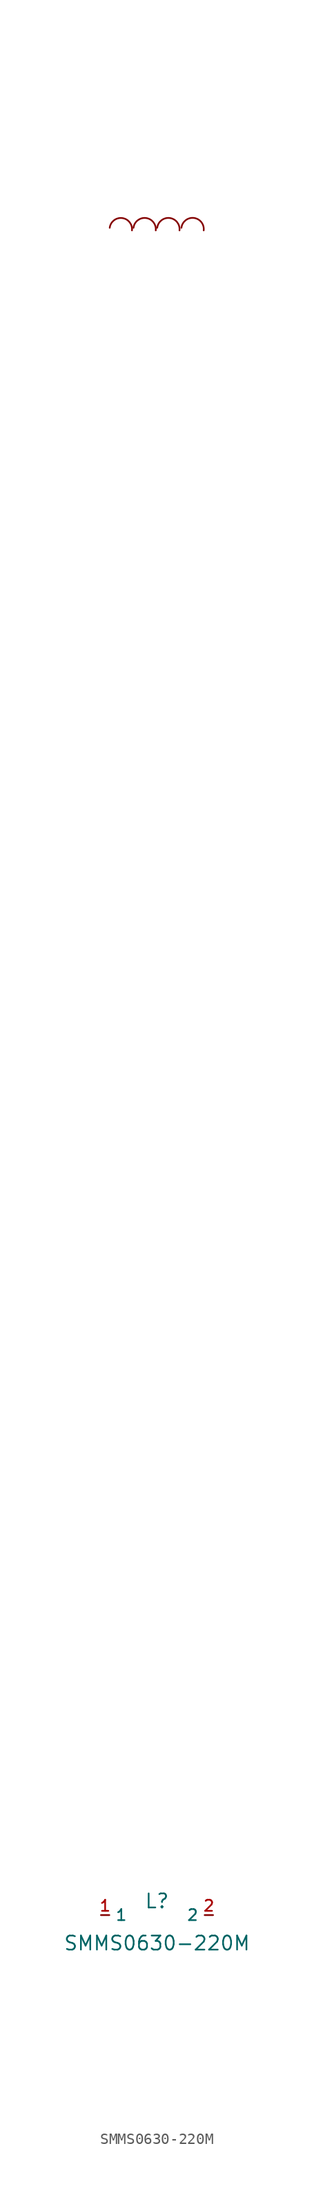
<source format=kicad_sym>
(kicad_symbol_lib
  (version 20210201)
  (generator TousstNicolas/JLC2KiCad_lib)
  (symbol "SMMS0630-220M"
    (property "Reference" "L"
      (at 0 1.27 0)
      (effects (font (size 1.27 1.27))))
    (property "Value" "SMMS0630-220M"
      (at 0 -2.54 0)
      (effects (font (size 1.27 1.27))))
    (symbol "SMMS0630-220M_0_1"
      (pin unspecified line (at 5.08 -0.0 180) (length 0.762) (name "2" (effects (font (size 1 1)))) (number "2" (effects (font (size 1 1)))))
      (pin unspecified line (at -5.08 -0.0 0) (length 0.762) (name "1" (effects (font (size 1 1)))) (number "1" (effects (font (size 1 1)))))
      (arc (start -2.2675798317689098 152.26577474375057) (mid -3.1589675383294846 153.39269454626879) (end -4.285887329344515 152.50130682516553) (stroke (width 0) (type default) (color 0 0 0 0)) (fill (type none)))
      (arc (start -0.11289020511819081 152.26516817215807) (mid -1.0043096562459306 153.39206286199257) (end -2.131204336687783 152.50064339899106) (stroke (width 0) (type default) (color 0 0 0 0)) (fill (type none)))
      (arc (start 2.037732096126408 152.26516817215807) (mid 1.146312644998668 153.39206286199257) (end 0.019417964556815614 152.50064339899106) (stroke (width 0) (type default) (color 0 0 0 0)) (fill (type none)))
      (arc (start 4.230518481699189 152.26567617317409) (mid 3.339099030571449 153.3925708630086) (end 2.2122043501295967 152.50115140000707) (stroke (width 0) (type default) (color 0 0 0 0)) (fill (type none))))))
</source>
